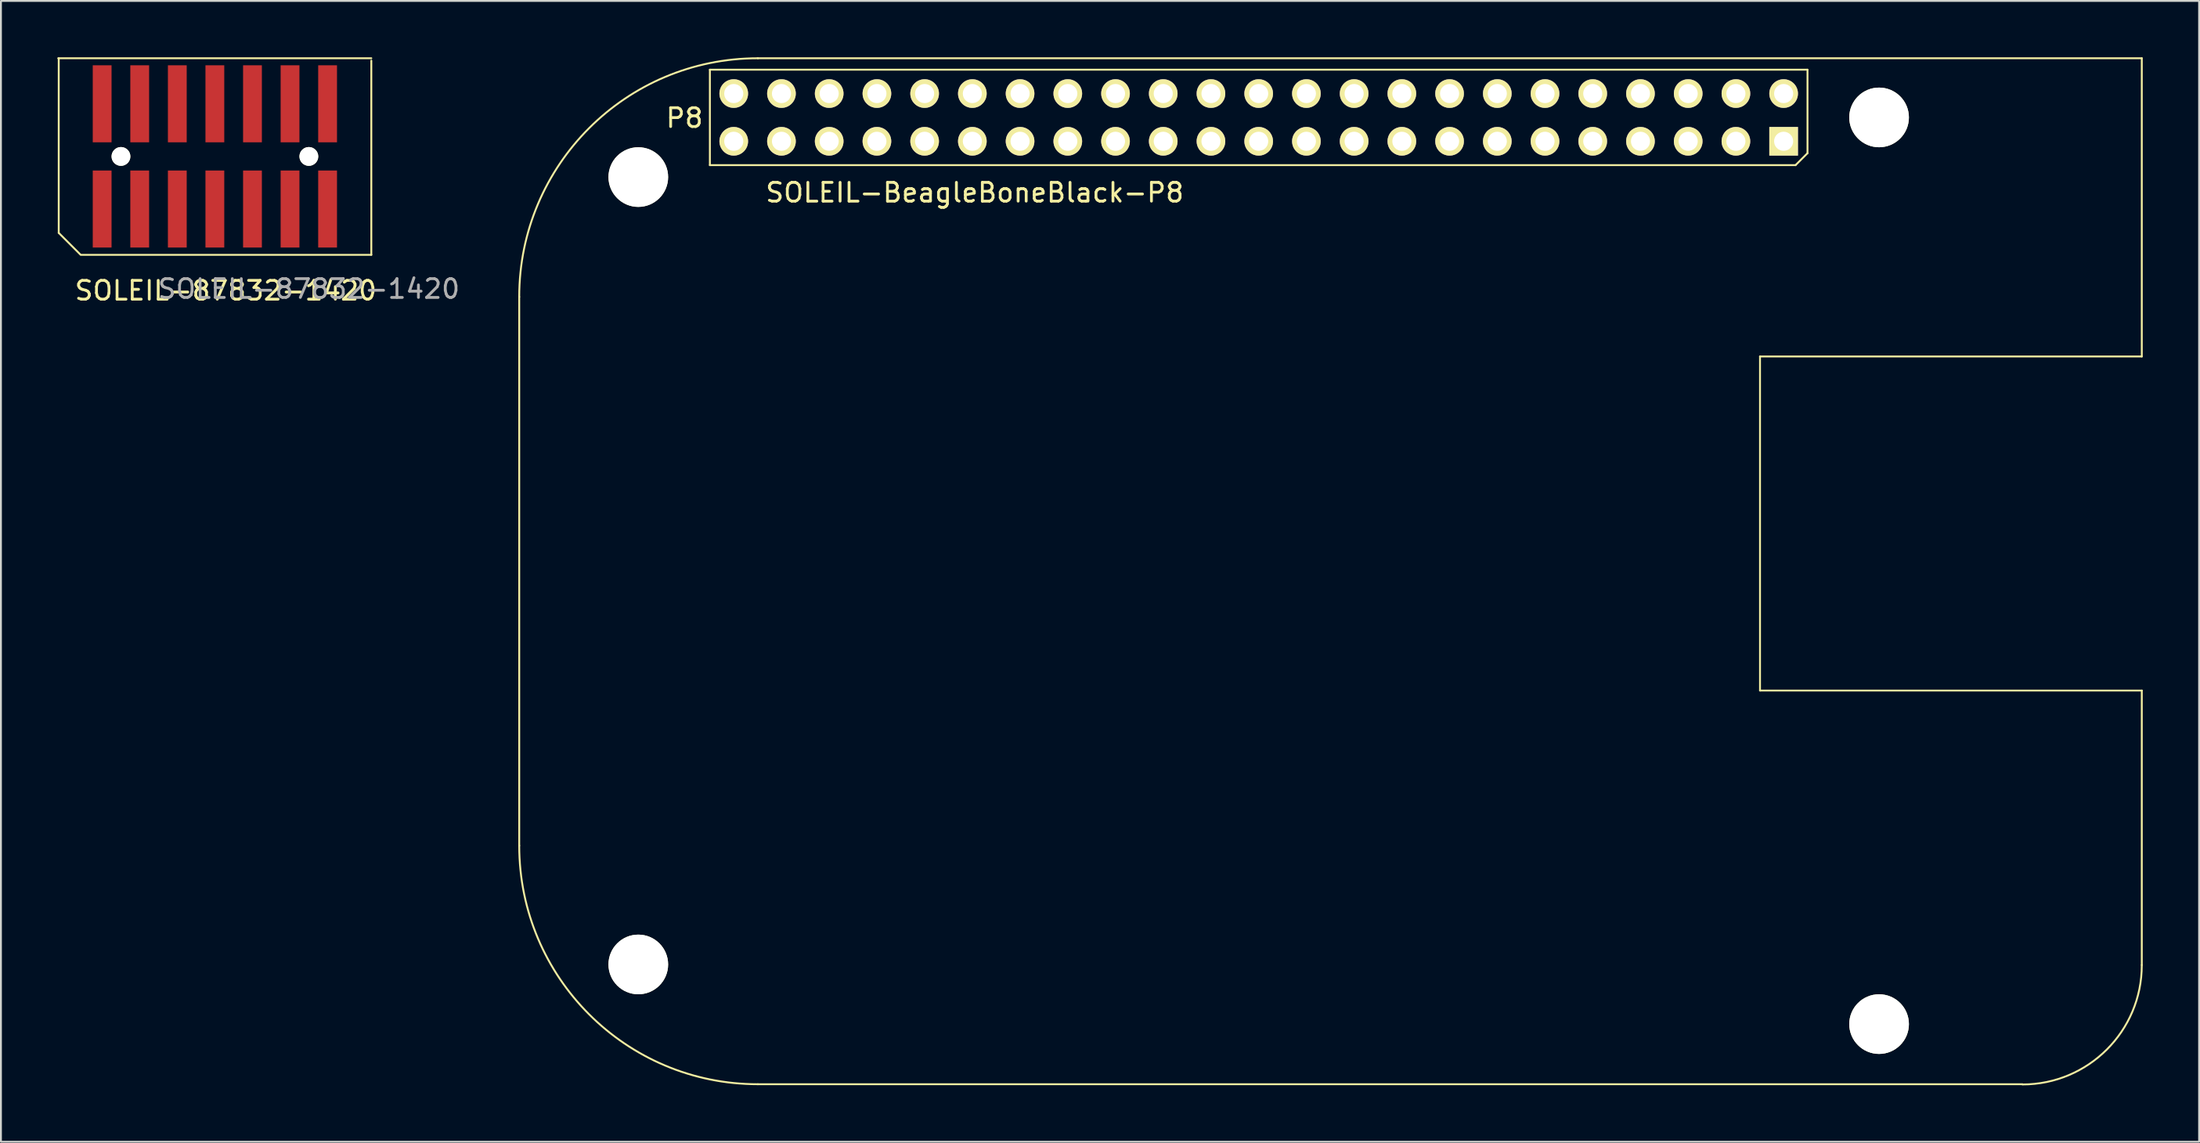
<source format=kicad_pcb>
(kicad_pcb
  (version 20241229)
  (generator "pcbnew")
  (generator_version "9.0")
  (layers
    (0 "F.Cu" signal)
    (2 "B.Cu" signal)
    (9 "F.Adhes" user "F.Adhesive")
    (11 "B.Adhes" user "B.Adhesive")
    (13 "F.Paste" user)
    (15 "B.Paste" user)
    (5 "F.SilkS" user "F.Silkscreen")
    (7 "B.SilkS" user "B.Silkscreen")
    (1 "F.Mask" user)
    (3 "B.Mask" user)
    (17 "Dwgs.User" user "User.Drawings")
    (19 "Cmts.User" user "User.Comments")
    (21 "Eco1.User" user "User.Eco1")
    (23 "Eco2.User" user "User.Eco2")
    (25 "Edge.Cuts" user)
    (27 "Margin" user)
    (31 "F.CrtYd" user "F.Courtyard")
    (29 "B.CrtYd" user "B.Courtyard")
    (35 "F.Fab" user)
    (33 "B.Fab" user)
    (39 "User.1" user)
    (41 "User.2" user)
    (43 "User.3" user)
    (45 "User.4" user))
  (footprint "SOLEIL-BeagleBoneBlack-P8"
    (layer "F.Cu")
    (at 91.883 52.73)
    (property "Reference" "SOLEIL-BeagleBoneBlack-P8" (at -43.053 -45.529 0) (layer "F.SilkS") (effects (font (size 1 1) (thickness 0.15))))
    (attr through_hole)
    (fp_line (start -67.297 -39.98) (end -67.297 -10.77) (stroke (width 0.1) (type solid)) (layer "F.SilkS"))
    (fp_line (start -57.15 -52.07) (end -57.15 -46.99) (stroke (width 0.1) (type solid)) (layer "F.SilkS"))
    (fp_line (start -57.15 -46.99) (end 0.635 -46.99) (stroke (width 0.1) (type solid)) (layer "F.SilkS"))
    (fp_line (start -1.257 -19.025) (end -1.257 -36.805) (stroke (width 0.1) (type solid)) (layer "F.SilkS"))
    (fp_line (start 0.635 -46.99) (end 1.27 -47.625) (stroke (width 0.1) (type solid)) (layer "F.SilkS"))
    (fp_line (start 1.27 -52.07) (end -57.15 -52.07) (stroke (width 0.1) (type solid)) (layer "F.SilkS"))
    (fp_line (start 1.27 -47.625) (end 1.27 -52.07) (stroke (width 0.1) (type solid)) (layer "F.SilkS"))
    (fp_line (start 12.713 1.93) (end -54.597 1.93) (stroke (width 0.1) (type solid)) (layer "F.SilkS"))
    (fp_line (start 19.063 -52.68) (end -54.597 -52.68) (stroke (width 0.1) (type solid)) (layer "F.SilkS"))
    (fp_line (start 19.063 -36.805) (end -1.257 -36.805) (stroke (width 0.1) (type solid)) (layer "F.SilkS"))
    (fp_line (start 19.063 -36.805) (end 19.063 -52.68) (stroke (width 0.1) (type solid)) (layer "F.SilkS"))
    (fp_line (start 19.063 -19.025) (end -1.257 -19.025) (stroke (width 0.1) (type solid)) (layer "F.SilkS"))
    (fp_line (start 19.063 -4.42) (end 19.063 -19.025) (stroke (width 0.1) (type solid)) (layer "F.SilkS"))
    (fp_arc (start -67.2973 -39.9796) (mid -63.577556 -48.959856) (end -54.5973 -52.6796) (stroke (width 0.1) (type solid)) (layer "F.SilkS"))
    (fp_arc (start -54.5973 1.9304) (mid -63.577556 -1.789344) (end -67.2973 -10.7696) (stroke (width 0.1) (type solid)) (layer "F.SilkS"))
    (fp_arc (start 19.0627 -4.4073) (mid 17.202828 0.082828) (end 12.7127 1.9427) (stroke (width 0.1) (type solid)) (layer "F.SilkS"))
    (fp_text user "P8" (at -58.5 -49.5 0) (layer "F.SilkS") (effects (font (size 1 1) (thickness 0.15))))
    (pad "" np_thru_hole circle (at -60.96 -46.355 180) (size 3.175 3.175) (drill 3.175) (layers "*.Cu" "*.Mask" "F.SilkS"))
    (pad "" np_thru_hole circle (at -60.96 -4.445 180) (size 3.175 3.175) (drill 3.175) (layers "*.Cu" "*.Mask" "F.SilkS"))
    (pad "" np_thru_hole circle (at 5.08 -49.53 180) (size 3.175 3.175) (drill 3.175) (layers "*.Cu" "*.Mask" "F.SilkS"))
    (pad "" np_thru_hole circle (at 5.08 -1.27 180) (size 3.175 3.175) (drill 3.175) (layers "*.Cu" "*.Mask" "F.SilkS"))
    (pad "1" thru_hole rect (at 0 -48.26 180) (size 1.524 1.524) (drill 1.016) (layers "*.Cu" "*.Mask" "F.SilkS"))
    (pad "2" thru_hole circle (at 0 -50.8 180) (size 1.524 1.524) (drill 1.016) (layers "*.Cu" "*.Mask" "F.SilkS"))
    (pad "3" thru_hole circle (at -2.54 -48.26 180) (size 1.524 1.524) (drill 1.016) (layers "*.Cu" "*.Mask" "F.SilkS"))
    (pad "4" thru_hole circle (at -2.54 -50.8 180) (size 1.524 1.524) (drill 1.016) (layers "*.Cu" "*.Mask" "F.SilkS"))
    (pad "5" thru_hole circle (at -5.08 -48.26 180) (size 1.524 1.524) (drill 1.016) (layers "*.Cu" "*.Mask" "F.SilkS"))
    (pad "6" thru_hole circle (at -5.08 -50.8 180) (size 1.524 1.524) (drill 1.016) (layers "*.Cu" "*.Mask" "F.SilkS"))
    (pad "7" thru_hole circle (at -7.62 -48.26 180) (size 1.524 1.524) (drill 1.016) (layers "*.Cu" "*.Mask" "F.SilkS"))
    (pad "8" thru_hole circle (at -7.62 -50.8 180) (size 1.524 1.524) (drill 1.016) (layers "*.Cu" "*.Mask" "F.SilkS"))
    (pad "9" thru_hole circle (at -10.16 -48.26 180) (size 1.524 1.524) (drill 1.016) (layers "*.Cu" "*.Mask" "F.SilkS"))
    (pad "10" thru_hole circle (at -10.16 -50.8 180) (size 1.524 1.524) (drill 1.016) (layers "*.Cu" "*.Mask" "F.SilkS"))
    (pad "11" thru_hole circle (at -12.7 -48.26 180) (size 1.524 1.524) (drill 1.016) (layers "*.Cu" "*.Mask" "F.SilkS"))
    (pad "12" thru_hole circle (at -12.7 -50.8 180) (size 1.524 1.524) (drill 1.016) (layers "*.Cu" "*.Mask" "F.SilkS"))
    (pad "13" thru_hole circle (at -15.24 -48.26 180) (size 1.524 1.524) (drill 1.016) (layers "*.Cu" "*.Mask" "F.SilkS"))
    (pad "14" thru_hole circle (at -15.24 -50.8 180) (size 1.524 1.524) (drill 1.016) (layers "*.Cu" "*.Mask" "F.SilkS"))
    (pad "15" thru_hole circle (at -17.78 -48.26 180) (size 1.524 1.524) (drill 1.016) (layers "*.Cu" "*.Mask" "F.SilkS"))
    (pad "16" thru_hole circle (at -17.78 -50.8 180) (size 1.524 1.524) (drill 1.016) (layers "*.Cu" "*.Mask" "F.SilkS"))
    (pad "17" thru_hole circle (at -20.32 -48.26 180) (size 1.524 1.524) (drill 1.016) (layers "*.Cu" "*.Mask" "F.SilkS"))
    (pad "18" thru_hole circle (at -20.32 -50.8 180) (size 1.524 1.524) (drill 1.016) (layers "*.Cu" "*.Mask" "F.SilkS"))
    (pad "19" thru_hole circle (at -22.86 -48.26 180) (size 1.524 1.524) (drill 1.016) (layers "*.Cu" "*.Mask" "F.SilkS"))
    (pad "20" thru_hole circle (at -22.86 -50.8 180) (size 1.524 1.524) (drill 1.016) (layers "*.Cu" "*.Mask" "F.SilkS"))
    (pad "21" thru_hole circle (at -25.4 -48.26 180) (size 1.524 1.524) (drill 1.016) (layers "*.Cu" "*.Mask" "F.SilkS"))
    (pad "22" thru_hole circle (at -25.4 -50.8 180) (size 1.524 1.524) (drill 1.016) (layers "*.Cu" "*.Mask" "F.SilkS"))
    (pad "23" thru_hole circle (at -27.94 -48.26 180) (size 1.524 1.524) (drill 1.016) (layers "*.Cu" "*.Mask" "F.SilkS"))
    (pad "24" thru_hole circle (at -27.94 -50.8 180) (size 1.524 1.524) (drill 1.016) (layers "*.Cu" "*.Mask" "F.SilkS"))
    (pad "25" thru_hole circle (at -30.48 -48.26 180) (size 1.524 1.524) (drill 1.016) (layers "*.Cu" "*.Mask" "F.SilkS"))
    (pad "26" thru_hole circle (at -30.48 -50.8 180) (size 1.524 1.524) (drill 1.016) (layers "*.Cu" "*.Mask" "F.SilkS"))
    (pad "27" thru_hole circle (at -33.02 -48.26 180) (size 1.524 1.524) (drill 1.016) (layers "*.Cu" "*.Mask" "F.SilkS"))
    (pad "28" thru_hole circle (at -33.02 -50.8 180) (size 1.524 1.524) (drill 1.016) (layers "*.Cu" "*.Mask" "F.SilkS"))
    (pad "29" thru_hole circle (at -35.56 -48.26 180) (size 1.524 1.524) (drill 1.016) (layers "*.Cu" "*.Mask" "F.SilkS"))
    (pad "30" thru_hole circle (at -35.56 -50.8 180) (size 1.524 1.524) (drill 1.016) (layers "*.Cu" "*.Mask" "F.SilkS"))
    (pad "31" thru_hole circle (at -38.1 -48.26 180) (size 1.524 1.524) (drill 1.016) (layers "*.Cu" "*.Mask" "F.SilkS"))
    (pad "32" thru_hole circle (at -38.1 -50.8 180) (size 1.524 1.524) (drill 1.016) (layers "*.Cu" "*.Mask" "F.SilkS"))
    (pad "33" thru_hole circle (at -40.64 -48.26 180) (size 1.524 1.524) (drill 1.016) (layers "*.Cu" "*.Mask" "F.SilkS"))
    (pad "34" thru_hole circle (at -40.64 -50.8 180) (size 1.524 1.524) (drill 1.016) (layers "*.Cu" "*.Mask" "F.SilkS"))
    (pad "35" thru_hole circle (at -43.18 -48.26 180) (size 1.524 1.524) (drill 1.016) (layers "*.Cu" "*.Mask" "F.SilkS"))
    (pad "36" thru_hole circle (at -43.18 -50.8 180) (size 1.524 1.524) (drill 1.016) (layers "*.Cu" "*.Mask" "F.SilkS"))
    (pad "37" thru_hole circle (at -45.72 -48.26 180) (size 1.524 1.524) (drill 1.016) (layers "*.Cu" "*.Mask" "F.SilkS"))
    (pad "38" thru_hole circle (at -45.72 -50.8 180) (size 1.524 1.524) (drill 1.016) (layers "*.Cu" "*.Mask" "F.SilkS"))
    (pad "39" thru_hole circle (at -48.26 -48.26 180) (size 1.524 1.524) (drill 1.016) (layers "*.Cu" "*.Mask" "F.SilkS"))
    (pad "40" thru_hole circle (at -48.26 -50.8 180) (size 1.524 1.524) (drill 1.016) (layers "*.Cu" "*.Mask" "F.SilkS"))
    (pad "41" thru_hole circle (at -50.8 -48.26 180) (size 1.524 1.524) (drill 1.016) (layers "*.Cu" "*.Mask" "F.SilkS"))
    (pad "42" thru_hole circle (at -50.8 -50.8 180) (size 1.524 1.524) (drill 1.016) (layers "*.Cu" "*.Mask" "F.SilkS"))
    (pad "43" thru_hole circle (at -53.34 -48.26 180) (size 1.524 1.524) (drill 1.016) (layers "*.Cu" "*.Mask" "F.SilkS"))
    (pad "44" thru_hole circle (at -53.34 -50.8 180) (size 1.524 1.524) (drill 1.016) (layers "*.Cu" "*.Mask" "F.SilkS"))
    (pad "45" thru_hole circle (at -55.88 -48.26 180) (size 1.524 1.524) (drill 1.016) (layers "*.Cu" "*.Mask" "F.SilkS"))
    (pad "46" thru_hole circle (at -55.88 -50.8 180) (size 1.524 1.524) (drill 1.016) (layers "*.Cu" "*.Mask" "F.SilkS")))
  (footprint "SOLEIL-87832-1420"
    (layer "F.Cu")
    (at 2.387 8.076)
    (property "Reference" "SOLEIL-87832-1420" (at 6.579 4.343 0) (layer "F.SilkS") (effects (font (size 1 1) (thickness 0.15))))
    (attr smd)
    (fp_line (start -2.337 -8.026) (end 14.326 -8.026) (stroke (width 0.1) (type solid)) (layer "F.SilkS"))
    (fp_line (start -2.311 1.27) (end -2.311 -8.026) (stroke (width 0.1) (type solid)) (layer "F.SilkS"))
    (fp_line (start -1.168 2.413) (end -2.311 1.27) (stroke (width 0.1) (type solid)) (layer "F.SilkS"))
    (fp_line (start -1.143 2.438) (end 14.326 2.438) (stroke (width 0.1) (type solid)) (layer "F.SilkS"))
    (fp_line (start 14.326 2.438) (end 14.326 -7.899) (stroke (width 0.1) (type solid)) (layer "F.SilkS"))
    (fp_text user "${REFERENCE}" (at 11 4.25 0) (layer "F.Fab") (effects (font (size 1 1) (thickness 0.15))))
    (pad "" np_thru_hole circle (at 1.001 -2.799) (size 1.001 1.001) (drill 1.001) (layers "*.Cu" "*.Mask" "F.SilkS"))
    (pad "" np_thru_hole circle (at 11.001 -2.799) (size 1.001 1.001) (drill 1.001) (layers "*.Cu" "*.Mask" "F.SilkS"))
    (pad "1" smd rect (at 0 0) (size 1.001 4.1) (layers "F.Cu" "F.Mask" "F.Paste"))
    (pad "2" smd rect (at 0 -5.601) (size 1.001 4.1) (layers "F.Cu" "F.Mask" "F.Paste"))
    (pad "3" smd rect (at 1.999 0) (size 1.001 4.1) (layers "F.Cu" "F.Mask" "F.Paste"))
    (pad "4" smd rect (at 1.999 -5.601) (size 1.001 4.1) (layers "F.Cu" "F.Mask" "F.Paste"))
    (pad "5" smd rect (at 4 0) (size 1.001 4.1) (layers "F.Cu" "F.Mask" "F.Paste"))
    (pad "6" smd rect (at 4 -5.601) (size 1.001 4.1) (layers "F.Cu" "F.Mask" "F.Paste"))
    (pad "7" smd rect (at 5.999 0) (size 1.001 4.1) (layers "F.Cu" "F.Mask" "F.Paste"))
    (pad "8" smd rect (at 5.999 -5.601) (size 1.001 4.1) (layers "F.Cu" "F.Mask" "F.Paste"))
    (pad "9" smd rect (at 8.001 0) (size 1.001 4.1) (layers "F.Cu" "F.Mask" "F.Paste"))
    (pad "10" smd rect (at 8.001 -5.601) (size 1.001 4.1) (layers "F.Cu" "F.Mask" "F.Paste"))
    (pad "11" smd rect (at 10 0) (size 1.001 4.1) (layers "F.Cu" "F.Mask" "F.Paste"))
    (pad "12" smd rect (at 10 -5.601) (size 1.001 4.1) (layers "F.Cu" "F.Mask" "F.Paste"))
    (pad "13" smd rect (at 11.999 0) (size 1.001 4.1) (layers "F.Cu" "F.Mask" "F.Paste"))
    (pad "14" smd rect (at 11.999 -5.601) (size 1.001 4.1) (layers "F.Cu" "F.Mask" "F.Paste")))
  (gr_rect
    (start -3 -3)
    (end 113.996 57.722)
    (stroke (width 0.1) (type default))
    (fill no)
    (layer "Edge.Cuts")))
</source>
